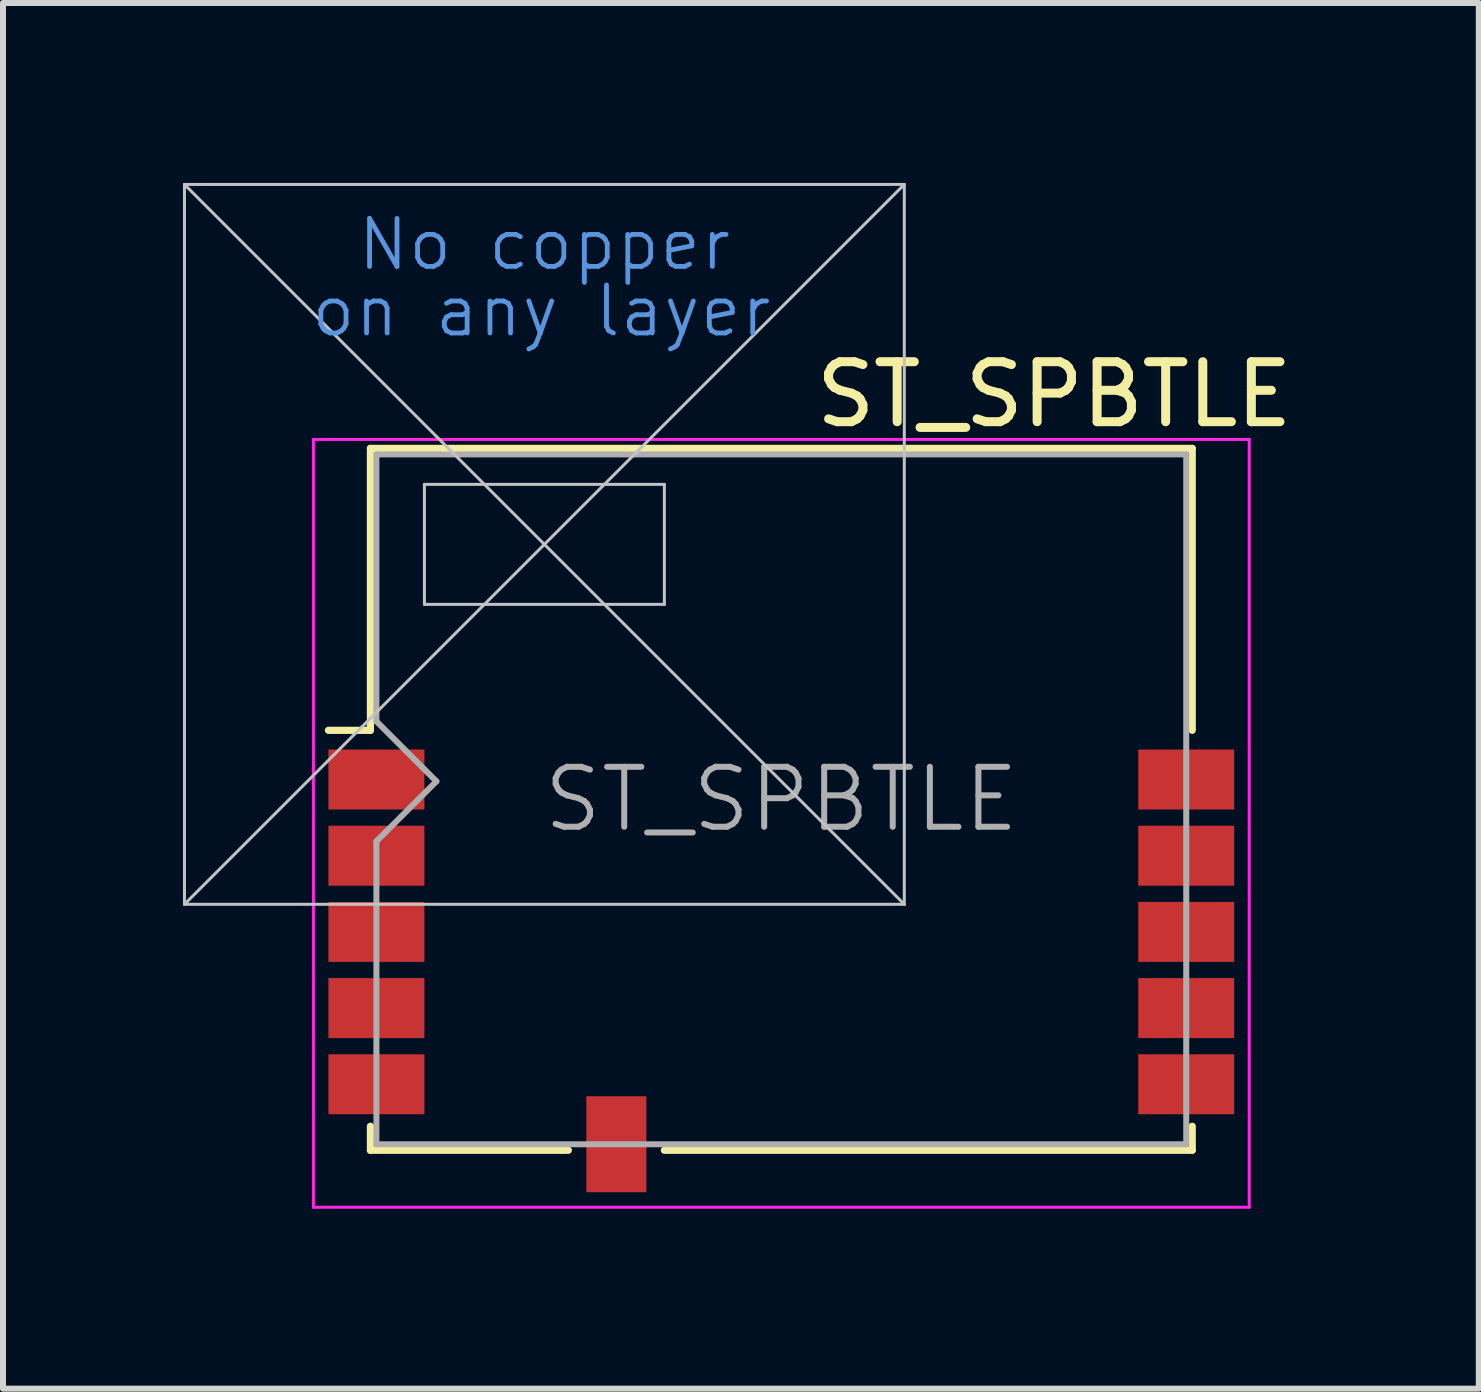
<source format=kicad_pcb>
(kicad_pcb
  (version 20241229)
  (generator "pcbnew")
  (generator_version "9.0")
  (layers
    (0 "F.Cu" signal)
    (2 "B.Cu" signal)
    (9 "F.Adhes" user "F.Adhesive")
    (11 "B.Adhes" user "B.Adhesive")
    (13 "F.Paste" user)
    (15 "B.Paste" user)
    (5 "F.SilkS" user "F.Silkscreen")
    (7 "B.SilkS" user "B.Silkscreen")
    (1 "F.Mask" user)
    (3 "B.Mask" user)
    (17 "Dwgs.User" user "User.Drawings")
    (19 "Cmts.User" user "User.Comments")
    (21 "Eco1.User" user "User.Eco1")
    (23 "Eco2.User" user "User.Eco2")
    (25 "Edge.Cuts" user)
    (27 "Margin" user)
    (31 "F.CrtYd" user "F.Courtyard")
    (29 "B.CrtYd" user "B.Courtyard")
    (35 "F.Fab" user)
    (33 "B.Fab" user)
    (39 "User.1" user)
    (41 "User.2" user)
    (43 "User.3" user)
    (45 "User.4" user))
  (footprint "ST_SPBTLE"
    (layer "F.Cu")
    (at 9.975 13.135)
    (property "Reference" "ST_SPBTLE" (at 4.55 -9.61 0) (layer "F.SilkS") (effects (font (size 1 1) (thickness 0.15))))
    (attr smd)
    (fp_line (start -6.85 -8.71) (end 6.85 -8.71) (stroke (width 0.12) (type solid)) (layer "F.SilkS"))
    (fp_line (start -6.85 -4.11) (end -6.85 -8.71) (stroke (width 0.12) (type solid)) (layer "F.SilkS"))
    (fp_line (start -6.85 -4.11) (end -6.85 -4.01) (stroke (width 0.12) (type solid)) (layer "F.SilkS"))
    (fp_line (start -6.85 -4.01) (end -7.55 -4.01) (stroke (width 0.12) (type solid)) (layer "F.SilkS"))
    (fp_line (start -6.85 2.59) (end -6.85 2.99) (stroke (width 0.12) (type solid)) (layer "F.SilkS"))
    (fp_line (start -6.85 2.99) (end -3.65 2.99) (stroke (width 0.12) (type solid)) (layer "F.SilkS"))
    (fp_line (start -3.65 2.99) (end -3.55 2.99) (stroke (width 0.12) (type solid)) (layer "F.SilkS"))
    (fp_line (start -1.95 2.99) (end 6.85 2.99) (stroke (width 0.12) (type solid)) (layer "F.SilkS"))
    (fp_line (start 6.85 -8.71) (end 6.85 -4.01) (stroke (width 0.12) (type solid)) (layer "F.SilkS"))
    (fp_line (start 6.85 2.99) (end 6.85 2.59) (stroke (width 0.12) (type solid)) (layer "F.SilkS"))
    (fp_line (start -9.95 -13.11) (end 2.05 -1.11) (stroke (width 0.05) (type solid)) (layer "Dwgs.User"))
    (fp_line (start -9.95 -1.11) (end -9.95 -13.11) (stroke (width 0.05) (type solid)) (layer "Dwgs.User"))
    (fp_line (start -5.95 -8.11) (end -1.95 -8.11) (stroke (width 0.05) (type solid)) (layer "Dwgs.User"))
    (fp_line (start -5.95 -6.11) (end -5.95 -8.11) (stroke (width 0.05) (type solid)) (layer "Dwgs.User"))
    (fp_line (start -1.95 -8.11) (end -1.95 -6.11) (stroke (width 0.05) (type solid)) (layer "Dwgs.User"))
    (fp_line (start -1.95 -6.11) (end -5.95 -6.11) (stroke (width 0.05) (type solid)) (layer "Dwgs.User"))
    (fp_line (start 2.05 -13.11) (end -9.95 -13.11) (stroke (width 0.05) (type solid)) (layer "Dwgs.User"))
    (fp_line (start 2.05 -13.11) (end -9.95 -1.11) (stroke (width 0.05) (type solid)) (layer "Dwgs.User"))
    (fp_line (start 2.05 -13.11) (end 2.05 -1.11) (stroke (width 0.05) (type solid)) (layer "Dwgs.User"))
    (fp_line (start 2.05 -1.11) (end -9.95 -1.11) (stroke (width 0.05) (type solid)) (layer "Dwgs.User"))
    (fp_line (start -7.8 3.94) (end -7.8 -8.86) (stroke (width 0.05) (type solid)) (layer "F.CrtYd"))
    (fp_line (start -7.8 3.94) (end 7.8 3.94) (stroke (width 0.05) (type solid)) (layer "F.CrtYd"))
    (fp_line (start 7.8 -8.86) (end -7.8 -8.86) (stroke (width 0.05) (type solid)) (layer "F.CrtYd"))
    (fp_line (start 7.8 -8.86) (end 7.8 3.94) (stroke (width 0.05) (type solid)) (layer "F.CrtYd"))
    (fp_line (start -6.75 -8.61) (end -6.75 -4.16) (stroke (width 0.1) (type solid)) (layer "F.Fab"))
    (fp_line (start -6.75 -2.16) (end -6.75 2.89) (stroke (width 0.1) (type solid)) (layer "F.Fab"))
    (fp_line (start -6.75 -2.16) (end -5.75 -3.16) (stroke (width 0.1) (type solid)) (layer "F.Fab"))
    (fp_line (start -6.75 2.89) (end 6.75 2.89) (stroke (width 0.1) (type solid)) (layer "F.Fab"))
    (fp_line (start -5.75 -3.16) (end -6.75 -4.16) (stroke (width 0.1) (type solid)) (layer "F.Fab"))
    (fp_line (start 6.75 -8.61) (end -6.75 -8.61) (stroke (width 0.1) (type solid)) (layer "F.Fab"))
    (fp_line (start 6.75 2.89) (end 6.75 -8.61) (stroke (width 0.1) (type solid)) (layer "F.Fab"))
    (fp_text user "on any layer" (at -4 -11 0) (layer "Cmts.User") (effects (font (size 0.8 0.8) (thickness 0.08))))
    (fp_text user "No copper" (at -3.95 -12.11 0) (layer "Cmts.User") (effects (font (size 0.8 0.8) (thickness 0.08))))
    (fp_text user "${REFERENCE}" (at 0 -2.86 0) (layer "F.Fab") (effects (font (size 1 1) (thickness 0.1))))
    (pad "1" smd rect (at -6.75 -3.19) (size 1.6 1) (layers "F.Cu" "F.Mask" "F.Paste"))
    (pad "2" smd rect (at -6.75 -1.92) (size 1.6 1) (layers "F.Cu" "F.Mask" "F.Paste"))
    (pad "3" smd rect (at -6.75 -0.65) (size 1.6 1) (layers "F.Cu" "F.Mask" "F.Paste"))
    (pad "4" smd rect (at -6.75 0.62) (size 1.6 1) (layers "F.Cu" "F.Mask" "F.Paste"))
    (pad "5" smd rect (at -6.75 1.89) (size 1.6 1) (layers "F.Cu" "F.Mask" "F.Paste"))
    (pad "6" smd rect (at -2.75 2.89 90) (size 1.6 1) (layers "F.Cu" "F.Mask" "F.Paste"))
    (pad "7" smd rect (at 6.75 1.89) (size 1.6 1) (layers "F.Cu" "F.Mask" "F.Paste"))
    (pad "8" smd rect (at 6.75 0.62) (size 1.6 1) (layers "F.Cu" "F.Mask" "F.Paste"))
    (pad "9" smd rect (at 6.75 -0.65) (size 1.6 1) (layers "F.Cu" "F.Mask" "F.Paste"))
    (pad "10" smd rect (at 6.75 -1.92) (size 1.6 1) (layers "F.Cu" "F.Mask" "F.Paste"))
    (pad "11" smd rect (at 6.75 -3.19) (size 1.6 1) (layers "F.Cu" "F.Mask" "F.Paste")))
  (gr_rect
    (start -3 -3)
    (end 21.602 20.1)
    (stroke (width 0.1) (type default))
    (fill no)
    (layer "Edge.Cuts")))
</source>
